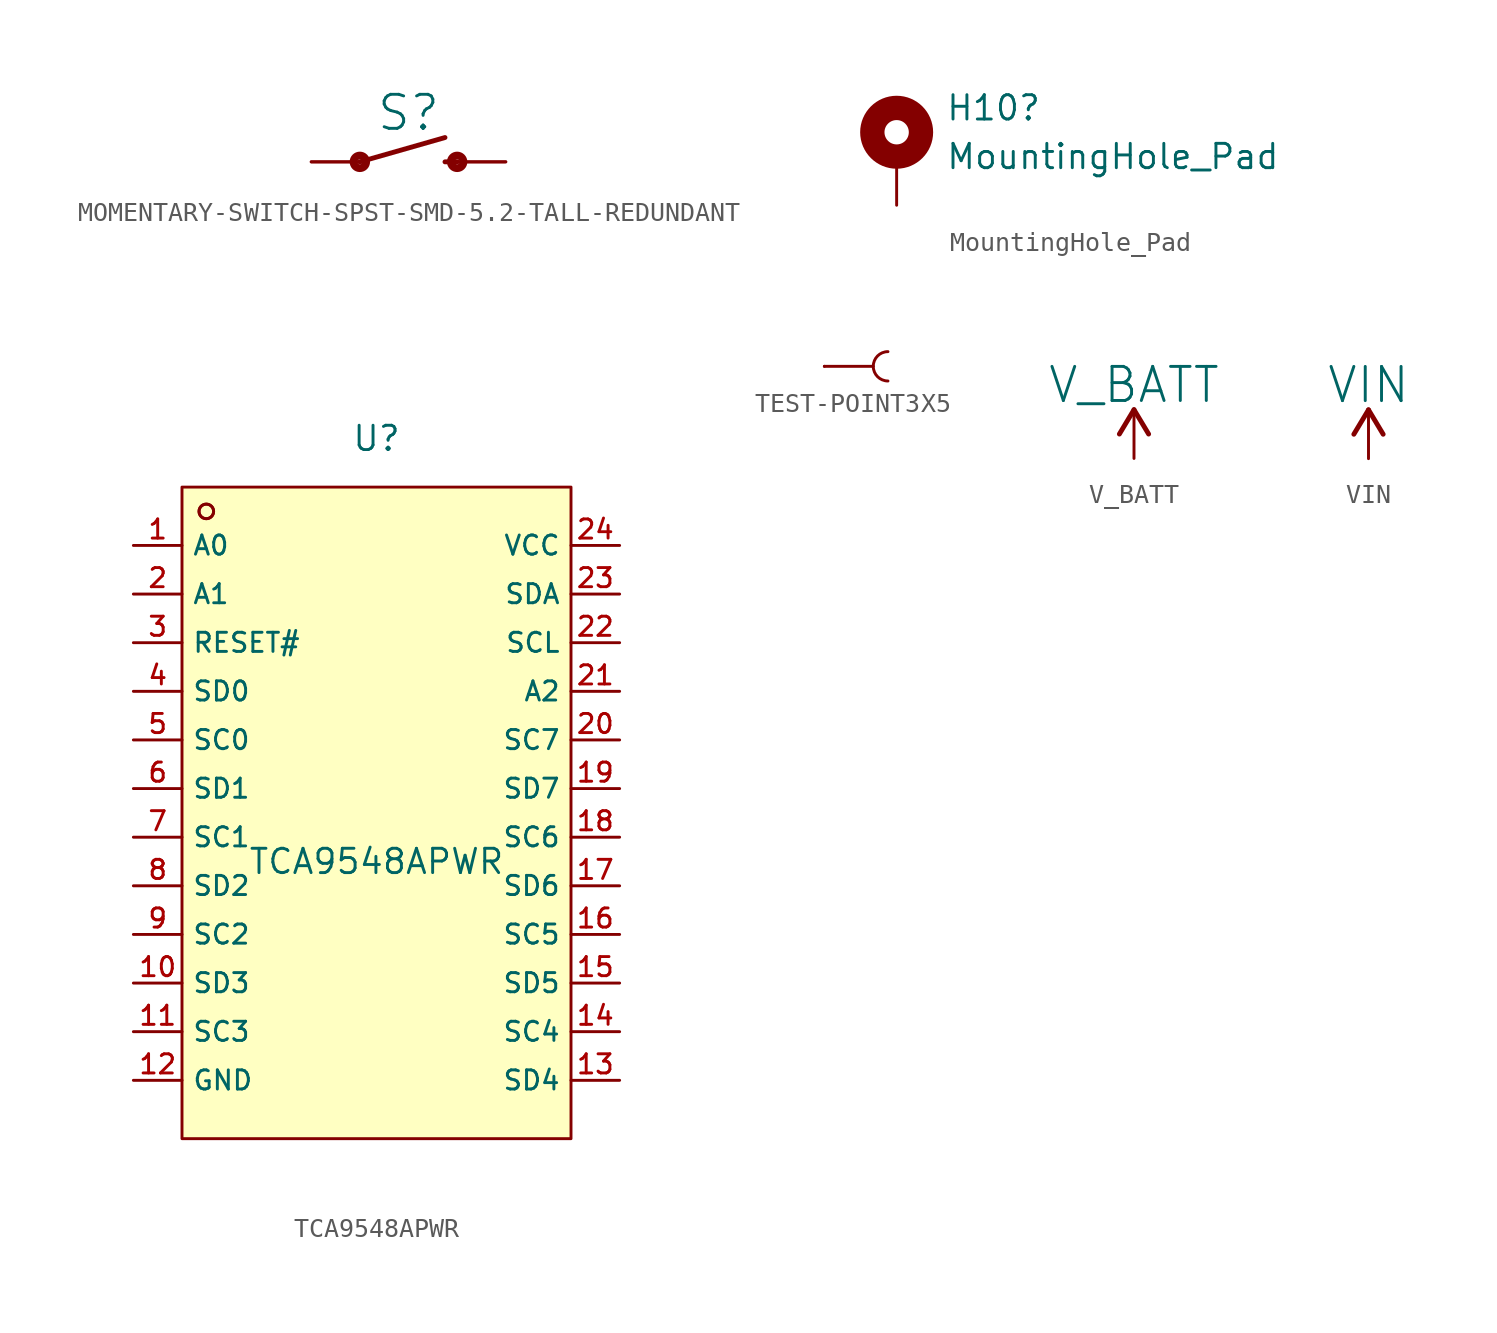
<source format=kicad_sym>
(kicad_symbol_lib
  (version 20241209)
  (generator "kicad_symbol_editor")
  (generator_version "9.0")
  (symbol "MOMENTARY-SWITCH-SPST-SMD-5.2-TALL-REDUNDANT"
    (property "Reference" "S"
      (at 0 1.524 0)
      (effects (font (size 1.778 1.778)) (justify bottom)))
    (property "Value" ""
      (at 0 -0.508 0)
      (effects (font (size 1.778 1.778)) (justify top)))
    (symbol "MOMENTARY-SWITCH-SPST-SMD-5.2-TALL-REDUNDANT_1_0"
      (circle (center -2.54 0) (radius 0.127) (stroke (width 0.406) (type solid)) (fill (type none)))
      (polyline (pts (xy -2.54 0) (xy 1.905 1.27)) (stroke (width 0.254) (type solid)) (fill (type none)))
      (polyline (pts (xy 1.905 0) (xy 2.54 0)) (stroke (width 0.254) (type solid)) (fill (type none)))
      (circle (center 2.54 0) (radius 0.127) (stroke (width 0.406) (type solid)) (fill (type none)))
      (pin passive line (at -5.08 0 0) (length 2.54) (name "1" (effects (font (size 0 0)))) (number "1" (effects (font (size 0 0)))))
      (pin passive line (at -5.08 0 0) (length 2.54) (name "1" (effects (font (size 0 0)))) (number "2" (effects (font (size 0 0)))))
      (pin passive line (at 5.08 0 180) (length 2.54) (name "2" (effects (font (size 0 0)))) (number "3" (effects (font (size 0 0)))))
      (pin passive line (at 5.08 0 180) (length 2.54) (name "2" (effects (font (size 0 0)))) (number "4" (effects (font (size 0 0)))))))
  (symbol "MountingHole_Pad"
    (pin_numbers
      (hide yes))
    (pin_names
      (offset 1.016)
      (hide yes))
    (property "Reference" "H10"
      (at 2.54 2.54 0)
      (effects (font (size 1.27 1.27)) (justify left)))
    (property "Value" "MountingHole_Pad"
      (at 2.54 0.0001 0)
      (effects (font (size 1.27 1.27)) (justify left)))
    (symbol "MountingHole_Pad_0_1"
      (circle (center 0 1.27) (radius 1.27) (stroke (width 1.27) (type default)) (fill (type none))))
    (symbol "MountingHole_Pad_1_1"
      (pin bidirectional line (at 0 -2.54 90) (length 2.54) (name "1" (effects (font (size 1.27 1.27)))) (number "1" (effects (font (size 1.27 1.27)))))))
  (symbol "TCA9548APWR"
    (property "Reference" "U"
      (at 0 19.558 0)
      (effects (font (size 1.27 1.27))))
    (property "Value" "TCA9548APWR"
      (at 0 -2.54 0)
      (effects (font (size 1.27 1.27))))
    (symbol "TCA9548APWR_0_1"
      (rectangle (start -10.16 17.018) (end 10.16 -17.018) (stroke (width 0) (type default)) (fill (type background)))
      (circle (center -8.89 15.748) (radius 0.381) (stroke (width 0) (type default)) (fill (type background)))
      (circle (center -8.89 15.748) (radius 0.381) (stroke (width 0) (type default)) (fill (type background)))
      (pin unspecified line (at -12.7 13.97 0) (length 2.54) (name "A0" (effects (font (size 1 1)))) (number "1" (effects (font (size 1 1)))))
      (pin unspecified line (at -12.7 11.43 0) (length 2.54) (name "A1" (effects (font (size 1 1)))) (number "2" (effects (font (size 1 1)))))
      (pin unspecified line (at -12.7 8.89 0) (length 2.54) (name "RESET#" (effects (font (size 1 1)))) (number "3" (effects (font (size 1 1)))))
      (pin unspecified line (at -12.7 6.35 0) (length 2.54) (name "SD0" (effects (font (size 1 1)))) (number "4" (effects (font (size 1 1)))))
      (pin unspecified line (at -12.7 3.81 0) (length 2.54) (name "SC0" (effects (font (size 1 1)))) (number "5" (effects (font (size 1 1)))))
      (pin unspecified line (at -12.7 1.27 0) (length 2.54) (name "SD1" (effects (font (size 1 1)))) (number "6" (effects (font (size 1 1)))))
      (pin unspecified line (at -12.7 -1.27 0) (length 2.54) (name "SC1" (effects (font (size 1 1)))) (number "7" (effects (font (size 1 1)))))
      (pin unspecified line (at -12.7 -3.81 0) (length 2.54) (name "SD2" (effects (font (size 1 1)))) (number "8" (effects (font (size 1 1)))))
      (pin unspecified line (at -12.7 -6.35 0) (length 2.54) (name "SC2" (effects (font (size 1 1)))) (number "9" (effects (font (size 1 1)))))
      (pin unspecified line (at -12.7 -8.89 0) (length 2.54) (name "SD3" (effects (font (size 1 1)))) (number "10" (effects (font (size 1 1)))))
      (pin unspecified line (at -12.7 -11.43 0) (length 2.54) (name "SC3" (effects (font (size 1 1)))) (number "11" (effects (font (size 1 1)))))
      (pin unspecified line (at -12.7 -13.97 0) (length 2.54) (name "GND" (effects (font (size 1 1)))) (number "12" (effects (font (size 1 1)))))
      (pin unspecified line (at 12.7 13.97 180) (length 2.54) (name "VCC" (effects (font (size 1 1)))) (number "24" (effects (font (size 1 1)))))
      (pin unspecified line (at 12.7 11.43 180) (length 2.54) (name "SDA" (effects (font (size 1 1)))) (number "23" (effects (font (size 1 1)))))
      (pin unspecified line (at 12.7 8.89 180) (length 2.54) (name "SCL" (effects (font (size 1 1)))) (number "22" (effects (font (size 1 1)))))
      (pin unspecified line (at 12.7 6.35 180) (length 2.54) (name "A2" (effects (font (size 1 1)))) (number "21" (effects (font (size 1 1)))))
      (pin unspecified line (at 12.7 3.81 180) (length 2.54) (name "SC7" (effects (font (size 1 1)))) (number "20" (effects (font (size 1 1)))))
      (pin unspecified line (at 12.7 1.27 180) (length 2.54) (name "SD7" (effects (font (size 1 1)))) (number "19" (effects (font (size 1 1)))))
      (pin unspecified line (at 12.7 -1.27 180) (length 2.54) (name "SC6" (effects (font (size 1 1)))) (number "18" (effects (font (size 1 1)))))
      (pin unspecified line (at 12.7 -3.81 180) (length 2.54) (name "SD6" (effects (font (size 1 1)))) (number "17" (effects (font (size 1 1)))))
      (pin unspecified line (at 12.7 -6.35 180) (length 2.54) (name "SC5" (effects (font (size 1 1)))) (number "16" (effects (font (size 1 1)))))
      (pin unspecified line (at 12.7 -8.89 180) (length 2.54) (name "SD5" (effects (font (size 1 1)))) (number "15" (effects (font (size 1 1)))))
      (pin unspecified line (at 12.7 -11.43 180) (length 2.54) (name "SC4" (effects (font (size 1 1)))) (number "14" (effects (font (size 1 1)))))
      (pin unspecified line (at 12.7 -13.97 180) (length 2.54) (name "SD4" (effects (font (size 1 1)))) (number "13" (effects (font (size 1 1)))))))
  (symbol "TEST-POINT3X5"
    (property "Reference" "TP"
      (at -2.54 2.54 0)
      (effects (font (size 1.778 1.778)) (justify left bottom) (hide yes)))
    (symbol "TEST-POINT3X5_1_0"
      (polyline (pts (xy 2.54 0) (xy 0 0)) (stroke (width 0.152) (type solid)) (fill (type none)))
      (arc (start 3.302 -0.762) (mid 2.5433 0) (end 3.302 0.762) (stroke (width 0.1524) (type solid)) (fill (type none)))
      (pin bidirectional line (at 0 0 180) (length 0) (name "1" (effects (font (size 0 0)))) (number "1" (effects (font (size 0 0)))))))
  (symbol "V_BATT"
    (power)
    (property "Reference" "#SUPPLY"
      (at 0 0 0)
      (effects (font (size 1.27 1.27)) (hide yes)))
    (property "Value" "V_BATT"
      (at 0 2.794 0)
      (effects (font (size 1.778 1.778)) (justify bottom)))
    (property "ki_locked" ""
      (at 0 0 0)
      (effects (font (size 1.27 1.27))))
    (symbol "V_BATT_1_0"
      (polyline (pts (xy 0 2.54) (xy -0.762 1.27)) (stroke (width 0.254) (type solid)) (fill (type none)))
      (polyline (pts (xy 0.762 1.27) (xy 0 2.54)) (stroke (width 0.254) (type solid)) (fill (type none)))
      (pin power_in line (at 0 0 90) (length 2.54) (name "V_BATT" (effects (font (size 0 0)))) (number "1" (effects (font (size 0 0)))))))
  (symbol "VIN"
    (power)
    (property "Reference" "#SUPPLY"
      (at 0 0 0)
      (effects (font (size 1.27 1.27)) (hide yes)))
    (property "Value" "VIN"
      (at 0 2.794 0)
      (effects (font (size 1.778 1.778)) (justify bottom)))
    (property "ki_locked" ""
      (at 0 0 0)
      (effects (font (size 1.27 1.27))))
    (symbol "VIN_1_0"
      (polyline (pts (xy 0 2.54) (xy -0.762 1.27)) (stroke (width 0.254) (type solid)) (fill (type none)))
      (polyline (pts (xy 0.762 1.27) (xy 0 2.54)) (stroke (width 0.254) (type solid)) (fill (type none)))
      (pin power_in line (at 0 0 90) (length 2.54) (name "VIN" (effects (font (size 0 0)))) (number "1" (effects (font (size 0 0))))))))
</source>
